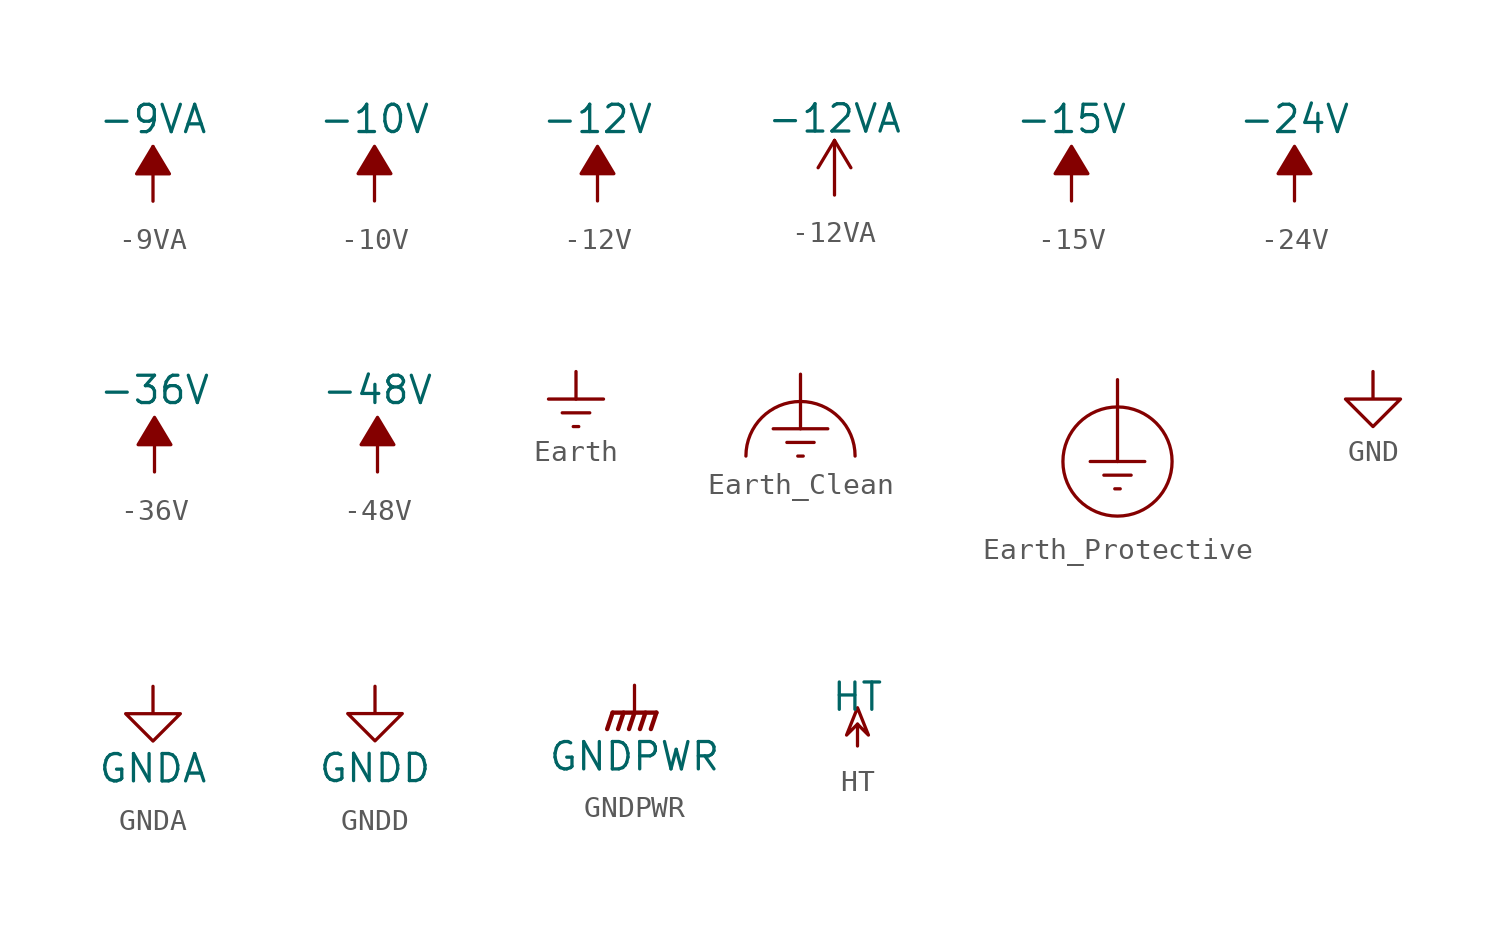
<source format=kicad_sym>
(kicad_symbol_lib
  (version 20211014)
  (generator kicad_symbol_editor)
  (symbol "-9VA"
    (power)
    (pin_names
      (offset 0))
    (property "Reference" "#PWR"
      (at 0 -3.175 0)
      (effects (font (size 1.27 1.27)) hide))
    (property "Value" "-9VA"
      (at 0 3.81 0)
      (effects (font (size 1.27 1.27))))
    (property "Footprint" ""
      (at 0 0 0)
      (effects (font (size 1.27 1.27))))
    (property "Datasheet" ""
      (at 0 0 0)
      (effects (font (size 1.27 1.27))))
    (symbol "-9VA_0_1"
      (polyline (pts (xy 0 0) (xy 0 2.54)) (stroke (width 0) (type default) (color 0 0 0 0)) (fill (type none)))
      (polyline (pts (xy 0.762 1.27) (xy -0.762 1.27) (xy 0 2.54) (xy 0.762 1.27)) (stroke (width 0) (type default) (color 0 0 0 0)) (fill (type outline))))
    (symbol "-9VA_1_1"
      (pin power_in line (at 0 0 90) (length 0) hide (name "-9VA" (effects (font (size 1.27 1.27)))) (number "1" (effects (font (size 1.27 1.27)))))))
  (symbol "-10V"
    (pin_names
      (offset 0))
    (property "Reference" "#PWR"
      (at 0 2.54 0)
      (effects (font (size 1.27 1.27)) hide))
    (property "Value" "-10V"
      (at 0 3.81 0)
      (effects (font (size 1.27 1.27))))
    (property "Footprint" ""
      (at 0 0 0)
      (effects (font (size 1.27 1.27))))
    (property "Datasheet" ""
      (at 0 0 0)
      (effects (font (size 1.27 1.27))))
    (symbol "-10V_0_0"
      (pin power_in line (at 0 0 90) (length 0) hide (name "-10V" (effects (font (size 1.27 1.27)))) (number "1" (effects (font (size 1.27 1.27))))))
    (symbol "-10V_0_1"
      (polyline (pts (xy 0 0) (xy 0 1.27) (xy 0.762 1.27) (xy 0 2.54) (xy -0.762 1.27) (xy 0 1.27)) (stroke (width 0) (type default) (color 0 0 0 0)) (fill (type outline)))))
  (symbol "-12V"
    (pin_names
      (offset 0))
    (property "Reference" "#PWR"
      (at 0 2.54 0)
      (effects (font (size 1.27 1.27)) hide))
    (property "Value" "-12V"
      (at 0 3.81 0)
      (effects (font (size 1.27 1.27))))
    (property "Footprint" ""
      (at 0 0 0)
      (effects (font (size 1.27 1.27))))
    (property "Datasheet" ""
      (at 0 0 0)
      (effects (font (size 1.27 1.27))))
    (symbol "-12V_0_0"
      (pin power_in line (at 0 0 90) (length 0) hide (name "-12V" (effects (font (size 1.27 1.27)))) (number "1" (effects (font (size 1.27 1.27))))))
    (symbol "-12V_0_1"
      (polyline (pts (xy 0 0) (xy 0 1.27) (xy 0.762 1.27) (xy 0 2.54) (xy -0.762 1.27) (xy 0 1.27)) (stroke (width 0) (type default) (color 0 0 0 0)) (fill (type outline)))))
  (symbol "-12VA"
    (power)
    (pin_names
      (offset 0))
    (property "Reference" "#PWR"
      (at 0 -3.81 0)
      (effects (font (size 1.27 1.27)) hide))
    (property "Value" "-12VA"
      (at 0 3.556 0)
      (effects (font (size 1.27 1.27))))
    (property "Footprint" ""
      (at 0 0 0)
      (effects (font (size 1.27 1.27))))
    (property "Datasheet" ""
      (at 0 0 0)
      (effects (font (size 1.27 1.27))))
    (symbol "-12VA_0_1"
      (polyline (pts (xy -0.762 1.27) (xy 0 2.54)) (stroke (width 0) (type default) (color 0 0 0 0)) (fill (type none)))
      (polyline (pts (xy 0 0) (xy 0 2.54)) (stroke (width 0) (type default) (color 0 0 0 0)) (fill (type none)))
      (polyline (pts (xy 0 2.54) (xy 0.762 1.27)) (stroke (width 0) (type default) (color 0 0 0 0)) (fill (type none))))
    (symbol "-12VA_1_1"
      (pin power_in line (at 0 0 90) (length 0) hide (name "-12VA" (effects (font (size 1.27 1.27)))) (number "1" (effects (font (size 1.27 1.27)))))))
  (symbol "-15V"
    (pin_names
      (offset 0))
    (property "Reference" "#PWR"
      (at 0 2.54 0)
      (effects (font (size 1.27 1.27)) hide))
    (property "Value" "-15V"
      (at 0 3.81 0)
      (effects (font (size 1.27 1.27))))
    (property "Footprint" ""
      (at 0 0 0)
      (effects (font (size 1.27 1.27))))
    (property "Datasheet" ""
      (at 0 0 0)
      (effects (font (size 1.27 1.27))))
    (symbol "-15V_0_0"
      (pin power_in line (at 0 0 90) (length 0) hide (name "-15V" (effects (font (size 1.27 1.27)))) (number "1" (effects (font (size 1.27 1.27))))))
    (symbol "-15V_0_1"
      (polyline (pts (xy 0 0) (xy 0 1.27) (xy 0.762 1.27) (xy 0 2.54) (xy -0.762 1.27) (xy 0 1.27)) (stroke (width 0) (type default) (color 0 0 0 0)) (fill (type outline)))))
  (symbol "-24V"
    (pin_names
      (offset 0))
    (property "Reference" "#PWR"
      (at 0 2.54 0)
      (effects (font (size 1.27 1.27)) hide))
    (property "Value" "-24V"
      (at 0 3.81 0)
      (effects (font (size 1.27 1.27))))
    (property "Footprint" ""
      (at 0 0 0)
      (effects (font (size 1.27 1.27))))
    (property "Datasheet" ""
      (at 0 0 0)
      (effects (font (size 1.27 1.27))))
    (symbol "-24V_0_0"
      (pin power_in line (at 0 0 90) (length 0) hide (name "-24V" (effects (font (size 1.27 1.27)))) (number "1" (effects (font (size 1.27 1.27))))))
    (symbol "-24V_0_1"
      (polyline (pts (xy 0 0) (xy 0 1.27) (xy 0.762 1.27) (xy 0 2.54) (xy -0.762 1.27) (xy 0 1.27)) (stroke (width 0) (type default) (color 0 0 0 0)) (fill (type outline)))))
  (symbol "-36V"
    (pin_names
      (offset 0))
    (property "Reference" "#PWR"
      (at 0 2.54 0)
      (effects (font (size 1.27 1.27)) hide))
    (property "Value" "-36V"
      (at 0 3.81 0)
      (effects (font (size 1.27 1.27))))
    (property "Footprint" ""
      (at 0 0 0)
      (effects (font (size 1.27 1.27))))
    (property "Datasheet" ""
      (at 0 0 0)
      (effects (font (size 1.27 1.27))))
    (symbol "-36V_0_0"
      (pin power_in line (at 0 0 90) (length 0) hide (name "-36V" (effects (font (size 1.27 1.27)))) (number "1" (effects (font (size 1.27 1.27))))))
    (symbol "-36V_0_1"
      (polyline (pts (xy 0 0) (xy 0 1.27) (xy 0.762 1.27) (xy 0 2.54) (xy -0.762 1.27) (xy 0 1.27)) (stroke (width 0) (type default) (color 0 0 0 0)) (fill (type outline)))))
  (symbol "-48V"
    (pin_names
      (offset 0))
    (property "Reference" "#PWR"
      (at 0 2.54 0)
      (effects (font (size 1.27 1.27)) hide))
    (property "Value" "-48V"
      (at 0 3.81 0)
      (effects (font (size 1.27 1.27))))
    (property "Footprint" ""
      (at 0 0 0)
      (effects (font (size 1.27 1.27))))
    (property "Datasheet" ""
      (at 0 0 0)
      (effects (font (size 1.27 1.27))))
    (symbol "-48V_0_0"
      (pin power_in line (at 0 0 90) (length 0) hide (name "-48V" (effects (font (size 1.27 1.27)))) (number "1" (effects (font (size 1.27 1.27))))))
    (symbol "-48V_0_1"
      (polyline (pts (xy 0 0) (xy 0 1.27) (xy 0.762 1.27) (xy 0 2.54) (xy -0.762 1.27) (xy 0 1.27)) (stroke (width 0) (type default) (color 0 0 0 0)) (fill (type outline)))))
  (symbol "Earth"
    (power)
    (pin_names
      (offset 0))
    (property "Reference" "#PWR"
      (at 0 -6.35 0)
      (effects (font (size 1.27 1.27)) hide))
    (property "Footprint" ""
      (at 0 0 0)
      (effects (font (size 1.27 1.27))))
    (property "Datasheet" ""
      (at 0 0 0)
      (effects (font (size 1.27 1.27))))
    (symbol "Earth_0_1"
      (polyline (pts (xy -0.635 -1.905) (xy 0.635 -1.905)) (stroke (width 0) (type default) (color 0 0 0 0)) (fill (type none)))
      (polyline (pts (xy -0.127 -2.54) (xy 0.127 -2.54)) (stroke (width 0) (type default) (color 0 0 0 0)) (fill (type none)))
      (polyline (pts (xy 0 -1.27) (xy 0 0)) (stroke (width 0) (type default) (color 0 0 0 0)) (fill (type none)))
      (polyline (pts (xy 1.27 -1.27) (xy -1.27 -1.27)) (stroke (width 0) (type default) (color 0 0 0 0)) (fill (type none))))
    (symbol "Earth_1_1"
      (pin power_in line (at 0 0 270) (length 0) hide (name "Earth" (effects (font (size 1.27 1.27)))) (number "1" (effects (font (size 1.27 1.27)))))))
  (symbol "Earth_Clean"
    (power)
    (pin_names
      (offset 0))
    (property "Reference" "#PWR"
      (at 6.35 0 0)
      (effects (font (size 1.27 1.27)) hide))
    (property "Footprint" ""
      (at 0 -1.27 0)
      (effects (font (size 1.27 1.27))))
    (property "Datasheet" ""
      (at 0 -1.27 0)
      (effects (font (size 1.27 1.27))))
    (symbol "Earth_Clean_0_1"
      (polyline (pts (xy -0.635 -3.175) (xy 0.635 -3.175)) (stroke (width 0) (type default) (color 0 0 0 0)) (fill (type none)))
      (polyline (pts (xy -0.127 -3.81) (xy 0.127 -3.81)) (stroke (width 0) (type default) (color 0 0 0 0)) (fill (type none)))
      (polyline (pts (xy 0 -2.54) (xy 0 0)) (stroke (width 0) (type default) (color 0 0 0 0)) (fill (type none)))
      (polyline (pts (xy 1.27 -2.54) (xy -1.27 -2.54)) (stroke (width 0) (type default) (color 0 0 0 0)) (fill (type none)))
      (arc (start 2.54 -3.81) (mid 0 -1.27) (end -2.54 -3.81) (stroke (width 0) (type default) (color 0 0 0 0)) (fill (type none))))
    (symbol "Earth_Clean_1_1"
      (pin power_in line (at 0 0 270) (length 0) hide (name "Earth_Clean" (effects (font (size 1.27 1.27)))) (number "1" (effects (font (size 1.27 1.27)))))))
  (symbol "Earth_Protective"
    (power)
    (pin_names
      (offset 0))
    (property "Reference" "#PWR"
      (at 6.35 -6.35 0)
      (effects (font (size 1.27 1.27)) hide))
    (property "Footprint" ""
      (at 0 -2.54 0)
      (effects (font (size 1.27 1.27))))
    (property "Datasheet" ""
      (at 0 -2.54 0)
      (effects (font (size 1.27 1.27))))
    (symbol "Earth_Protective_0_1"
      (circle (center 0 -3.81) (radius 2.54) (stroke (width 0) (type default) (color 0 0 0 0)) (fill (type none)))
      (polyline (pts (xy -0.635 -4.445) (xy 0.635 -4.445)) (stroke (width 0) (type default) (color 0 0 0 0)) (fill (type none)))
      (polyline (pts (xy -0.127 -5.08) (xy 0.127 -5.08)) (stroke (width 0) (type default) (color 0 0 0 0)) (fill (type none)))
      (polyline (pts (xy 0 -3.81) (xy 0 0)) (stroke (width 0) (type default) (color 0 0 0 0)) (fill (type none)))
      (polyline (pts (xy 1.27 -3.81) (xy -1.27 -3.81)) (stroke (width 0) (type default) (color 0 0 0 0)) (fill (type none))))
    (symbol "Earth_Protective_1_1"
      (pin power_in line (at 0 0 270) (length 0) hide (name "Earth_Protective" (effects (font (size 1.27 1.27)))) (number "1" (effects (font (size 1.27 1.27)))))))
  (symbol "GND"
    (power)
    (pin_names
      (offset 0))
    (property "Reference" "#PWR"
      (at 0 -6.35 0)
      (effects (font (size 1.27 1.27)) hide))
    (property "Footprint" ""
      (at 0 0 0)
      (effects (font (size 1.27 1.27))))
    (property "Datasheet" ""
      (at 0 0 0)
      (effects (font (size 1.27 1.27))))
    (symbol "GND_0_1"
      (polyline (pts (xy 0 0) (xy 0 -1.27) (xy 1.27 -1.27) (xy 0 -2.54) (xy -1.27 -1.27) (xy 0 -1.27)) (stroke (width 0) (type default) (color 0 0 0 0)) (fill (type none))))
    (symbol "GND_1_1"
      (pin power_in line (at 0 0 270) (length 0) hide (name "GND" (effects (font (size 1.27 1.27)))) (number "1" (effects (font (size 1.27 1.27)))))))
  (symbol "GNDA"
    (power)
    (pin_names
      (offset 0))
    (property "Reference" "#PWR"
      (at 0 -6.35 0)
      (effects (font (size 1.27 1.27)) hide))
    (property "Value" "GNDA"
      (at 0 -3.81 0)
      (effects (font (size 1.27 1.27))))
    (property "Footprint" ""
      (at 0 0 0)
      (effects (font (size 1.27 1.27))))
    (property "Datasheet" ""
      (at 0 0 0)
      (effects (font (size 1.27 1.27))))
    (symbol "GNDA_0_1"
      (polyline (pts (xy 0 0) (xy 0 -1.27) (xy 1.27 -1.27) (xy 0 -2.54) (xy -1.27 -1.27) (xy 0 -1.27)) (stroke (width 0) (type default) (color 0 0 0 0)) (fill (type none))))
    (symbol "GNDA_1_1"
      (pin power_in line (at 0 0 270) (length 0) hide (name "GNDA" (effects (font (size 1.27 1.27)))) (number "1" (effects (font (size 1.27 1.27)))))))
  (symbol "GNDD"
    (power)
    (pin_names
      (offset 0))
    (property "Reference" "#PWR"
      (at 0 -6.35 0)
      (effects (font (size 1.27 1.27)) hide))
    (property "Value" "GNDD"
      (at 0 -3.81 0)
      (effects (font (size 1.27 1.27))))
    (property "Footprint" ""
      (at 0 0 0)
      (effects (font (size 1.27 1.27))))
    (property "Datasheet" ""
      (at 0 0 0)
      (effects (font (size 1.27 1.27))))
    (symbol "GNDD_0_1"
      (polyline (pts (xy 0 0) (xy 0 -1.27) (xy 1.27 -1.27) (xy 0 -2.54) (xy -1.27 -1.27) (xy 0 -1.27)) (stroke (width 0) (type default) (color 0 0 0 0)) (fill (type none))))
    (symbol "GNDD_1_1"
      (pin power_in line (at 0 0 270) (length 0) hide (name "GNDD" (effects (font (size 1.27 1.27)))) (number "1" (effects (font (size 1.27 1.27)))))))
  (symbol "GNDPWR"
    (power)
    (pin_names
      (offset 0))
    (property "Reference" "#PWR"
      (at 0 -5.08 0)
      (effects (font (size 1.27 1.27)) hide))
    (property "Value" "GNDPWR"
      (at 0 -3.302 0)
      (effects (font (size 1.27 1.27))))
    (property "Footprint" ""
      (at 0 -1.27 0)
      (effects (font (size 1.27 1.27))))
    (property "Datasheet" ""
      (at 0 -1.27 0)
      (effects (font (size 1.27 1.27))))
    (symbol "GNDPWR_0_1"
      (polyline (pts (xy 0 -1.27) (xy 0 0)) (stroke (width 0) (type default) (color 0 0 0 0)) (fill (type none)))
      (polyline (pts (xy -1.016 -1.27) (xy -1.27 -2.032) (xy -1.27 -2.032)) (stroke (width 0.203) (type default) (color 0 0 0 0)) (fill (type none)))
      (polyline (pts (xy -0.508 -1.27) (xy -0.762 -2.032) (xy -0.762 -2.032)) (stroke (width 0.203) (type default) (color 0 0 0 0)) (fill (type none)))
      (polyline (pts (xy 0 -1.27) (xy -0.254 -2.032) (xy -0.254 -2.032)) (stroke (width 0.203) (type default) (color 0 0 0 0)) (fill (type none)))
      (polyline (pts (xy 0.508 -1.27) (xy 0.254 -2.032) (xy 0.254 -2.032)) (stroke (width 0.203) (type default) (color 0 0 0 0)) (fill (type none)))
      (polyline (pts (xy 1.016 -1.27) (xy -1.016 -1.27) (xy -1.016 -1.27)) (stroke (width 0.203) (type default) (color 0 0 0 0)) (fill (type none)))
      (polyline (pts (xy 1.016 -1.27) (xy 0.762 -2.032) (xy 0.762 -2.032) (xy 0.762 -2.032)) (stroke (width 0.203) (type default) (color 0 0 0 0)) (fill (type none))))
    (symbol "GNDPWR_1_1"
      (pin power_in line (at 0 0 90) (length 0) hide (name "GNDPWR" (effects (font (size 1.27 1.27)))) (number "1" (effects (font (size 1.27 1.27)))))))
  (symbol "HT"
    (power)
    (pin_names
      (offset 0))
    (property "Reference" "#PWR"
      (at 0 3.048 0)
      (effects (font (size 1.27 1.27)) hide))
    (property "Value" "HT"
      (at 0 2.286 0)
      (effects (font (size 1.27 1.27))))
    (property "Footprint" ""
      (at 0 0 0)
      (effects (font (size 1.27 1.27))))
    (property "Datasheet" ""
      (at 0 0 0)
      (effects (font (size 1.27 1.27))))
    (symbol "HT_0_0"
      (pin power_in line (at 0 0 90) (length 0) hide (name "HT" (effects (font (size 1.27 1.27)))) (number "1" (effects (font (size 1.27 1.27))))))
    (symbol "HT_0_1"
      (polyline (pts (xy 0 0) (xy 0 1.016) (xy 0 1.016)) (stroke (width 0) (type default) (color 0 0 0 0)) (fill (type none)))
      (polyline (pts (xy 0 1.016) (xy 0.508 0.508) (xy 0 1.778) (xy -0.508 0.508) (xy 0 1.016) (xy 0 1.016)) (stroke (width 0) (type default) (color 0 0 0 0)) (fill (type none))))))
</source>
